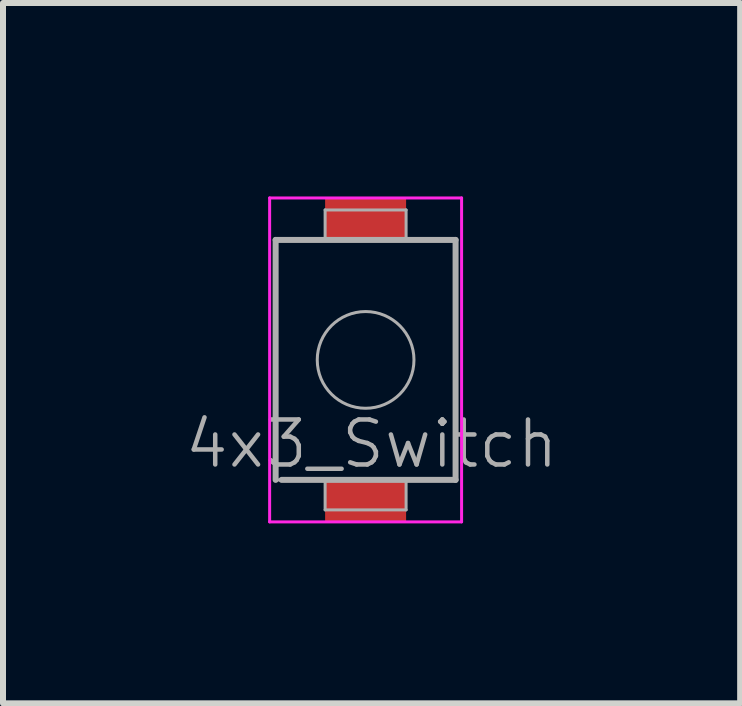
<source format=kicad_pcb>
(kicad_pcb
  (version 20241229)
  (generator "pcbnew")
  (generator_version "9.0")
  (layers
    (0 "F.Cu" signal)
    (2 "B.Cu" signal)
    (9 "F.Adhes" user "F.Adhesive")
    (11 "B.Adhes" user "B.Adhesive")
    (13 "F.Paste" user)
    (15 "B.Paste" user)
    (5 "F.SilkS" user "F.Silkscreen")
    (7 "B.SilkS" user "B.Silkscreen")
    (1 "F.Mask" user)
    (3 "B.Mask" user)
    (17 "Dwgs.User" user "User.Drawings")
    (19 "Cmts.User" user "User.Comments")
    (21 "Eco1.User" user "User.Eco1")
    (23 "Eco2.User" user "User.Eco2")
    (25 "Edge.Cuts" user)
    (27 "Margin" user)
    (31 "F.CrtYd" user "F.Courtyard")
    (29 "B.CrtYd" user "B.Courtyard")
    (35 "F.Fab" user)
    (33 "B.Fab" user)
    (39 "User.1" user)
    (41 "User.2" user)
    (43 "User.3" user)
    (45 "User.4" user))
  (footprint "4x3_Switch"
    (layer "F.Cu")
    (at 1.445 0.25)
    (property "Reference" "4x3_Switch" (at 1.7 4.1 0) (layer "F.Fab") (effects (font (size 0.75 0.75) (thickness 0.075))))
    (attr through_hole)
    (fp_line (start 0 0) (end 3.2 0) (stroke (width 0.05) (type solid)) (layer "F.CrtYd"))
    (fp_line (start 0 5.4) (end 0 0) (stroke (width 0.05) (type solid)) (layer "F.CrtYd"))
    (fp_line (start 3.2 0) (end 3.2 5.4) (stroke (width 0.05) (type solid)) (layer "F.CrtYd"))
    (fp_line (start 3.2 5.4) (end 0 5.4) (stroke (width 0.05) (type solid)) (layer "F.CrtYd"))
    (fp_line (start 0.1 0.7) (end 3.1 0.7) (stroke (width 0.1) (type solid)) (layer "F.Fab"))
    (fp_line (start 0.1 4.7) (end 0.1 0.7) (stroke (width 0.1) (type solid)) (layer "F.Fab"))
    (fp_line (start 0.2 4.7) (end 0.1 4.7) (stroke (width 0.05) (type solid)) (layer "F.Fab"))
    (fp_line (start 0.925 0.2) (end 2.275 0.2) (stroke (width 0.05) (type solid)) (layer "F.Fab"))
    (fp_line (start 0.925 0.7) (end 0.925 0.2) (stroke (width 0.05) (type solid)) (layer "F.Fab"))
    (fp_line (start 0.925 4.7) (end 0.925 5.2) (stroke (width 0.05) (type solid)) (layer "F.Fab"))
    (fp_line (start 0.925 5.2) (end 2.275 5.2) (stroke (width 0.05) (type solid)) (layer "F.Fab"))
    (fp_line (start 2.275 0.2) (end 2.275 0.7) (stroke (width 0.05) (type solid)) (layer "F.Fab"))
    (fp_line (start 2.275 5.2) (end 2.275 4.7) (stroke (width 0.05) (type solid)) (layer "F.Fab"))
    (fp_line (start 3.1 0.7) (end 3.1 4.7) (stroke (width 0.1) (type solid)) (layer "F.Fab"))
    (fp_line (start 3.1 4.7) (end 0.2 4.7) (stroke (width 0.1) (type solid)) (layer "F.Fab"))
    (fp_circle (center 1.6 2.7) (end 0.8 2.8) (stroke (width 0.05) (type solid)) (fill no) (layer "F.Fab"))
    (pad "1" smd rect (at 1.6 0.35) (size 1.35 0.7) (layers "F.Cu" "F.Mask" "F.Paste"))
    (pad "2" smd rect (at 1.6 5.05) (size 1.35 0.7) (layers "F.Cu" "F.Mask" "F.Paste")))
  (gr_rect
    (start -3 -3)
    (end 9.289 8.675)
    (stroke (width 0.1) (type default))
    (fill no)
    (layer "Edge.Cuts")))
</source>
